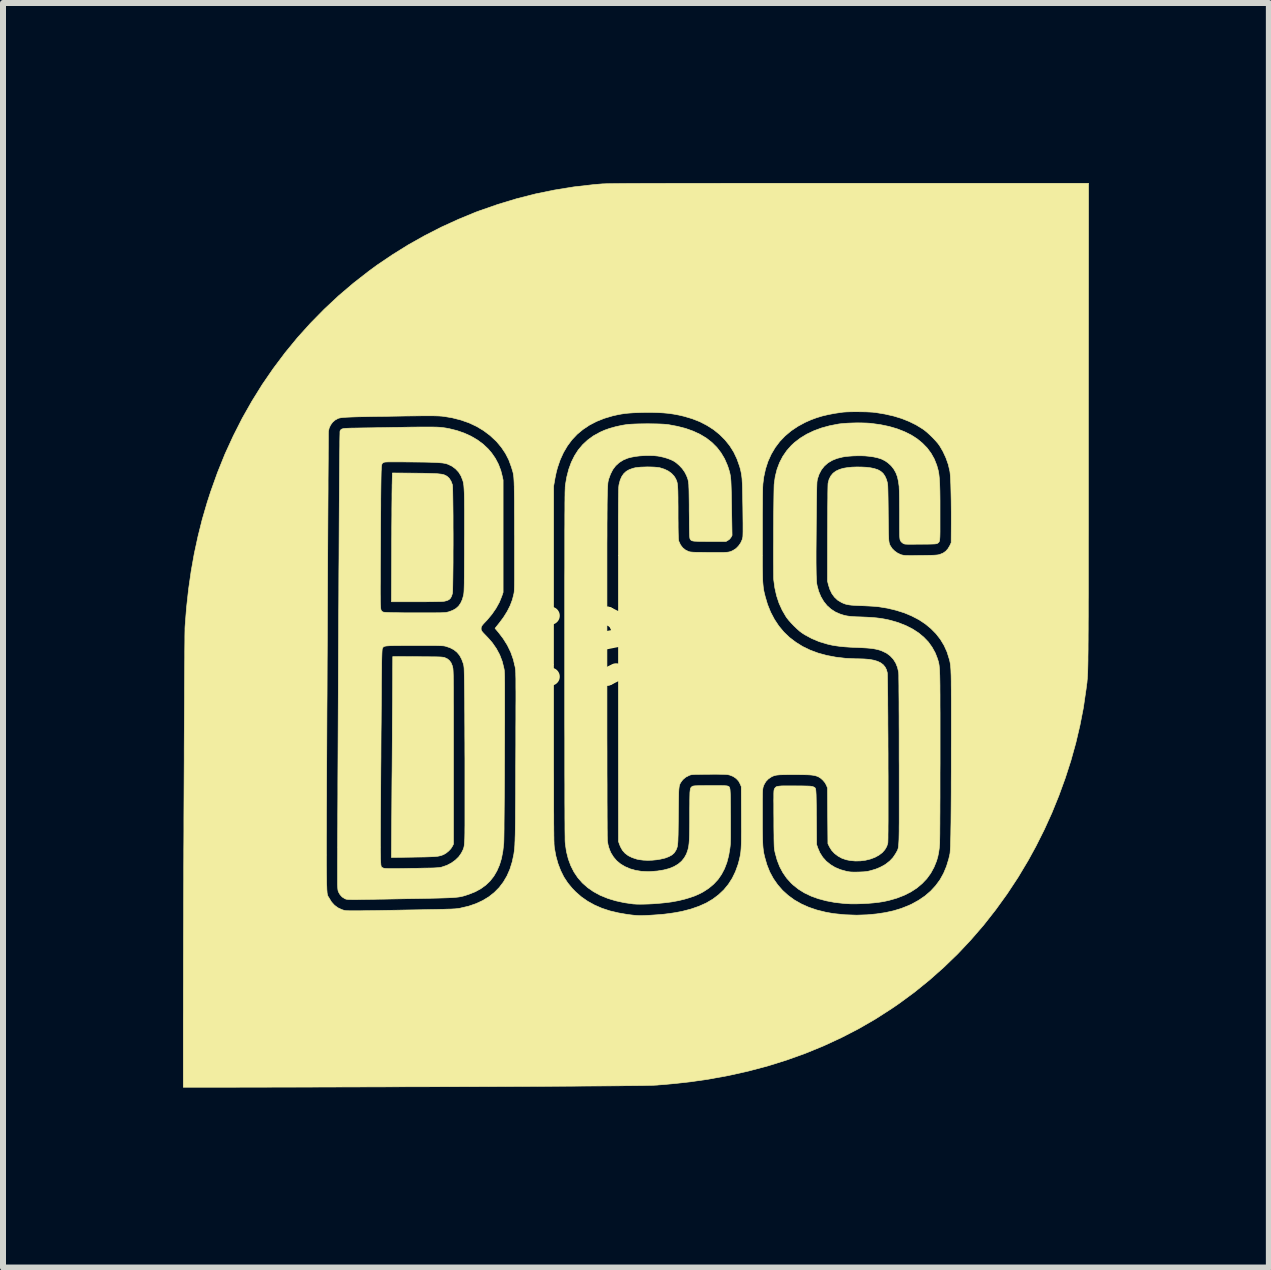
<source format=kicad_pcb>
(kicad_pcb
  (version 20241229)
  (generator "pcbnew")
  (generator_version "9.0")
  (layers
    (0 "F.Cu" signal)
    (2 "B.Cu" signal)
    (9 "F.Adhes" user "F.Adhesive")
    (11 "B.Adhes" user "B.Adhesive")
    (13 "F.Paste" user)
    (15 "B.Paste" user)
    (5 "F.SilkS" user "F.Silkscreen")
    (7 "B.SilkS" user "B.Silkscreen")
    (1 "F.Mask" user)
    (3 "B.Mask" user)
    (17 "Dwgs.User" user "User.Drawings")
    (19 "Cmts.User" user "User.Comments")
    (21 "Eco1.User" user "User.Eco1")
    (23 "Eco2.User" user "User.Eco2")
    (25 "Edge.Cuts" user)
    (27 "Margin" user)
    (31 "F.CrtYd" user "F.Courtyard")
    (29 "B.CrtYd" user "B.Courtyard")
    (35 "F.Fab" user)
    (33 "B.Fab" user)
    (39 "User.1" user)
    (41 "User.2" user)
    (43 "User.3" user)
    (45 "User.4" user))
  (footprint "test"
    (layer "F.Cu")
    (at 7.545 7.538)
    (property "Reference" "test" (at 0 0 0) (layer "F.SilkS") (effects (font (size 1.524 1.524) (thickness 0.3))))
    (attr through_hole)
    (fp_poly (pts (xy -3.713 -2.702) (xy -3.615 -2.701) (xy -3.53 -2.7) (xy -3.457 -2.698) (xy -3.396 -2.696) (xy -3.344 -2.694) (xy -3.301 -2.692) (xy -3.266 -2.688) (xy -3.238 -2.685) (xy -3.215 -2.68) (xy -3.196 -2.675) (xy -3.192 -2.674) (xy -3.146 -2.651) (xy -3.108 -2.616) (xy -3.078 -2.569) (xy -3.056 -2.511) (xy -3.054 -2.504) (xy -3.053 -2.49) (xy -3.051 -2.463) (xy -3.05 -2.423) (xy -3.049 -2.372) (xy -3.048 -2.312) (xy -3.047 -2.242) (xy -3.046 -2.165) (xy -3.045 -2.08) (xy -3.044 -1.991) (xy -3.044 -1.897) (xy -3.044 -1.799) (xy -3.043 -1.699) (xy -3.043 -1.599) (xy -3.043 -1.498) (xy -3.044 -1.398) (xy -3.044 -1.301) (xy -3.044 -1.207) (xy -3.045 -1.118) (xy -3.046 -1.034) (xy -3.047 -0.957) (xy -3.048 -0.888) (xy -3.049 -0.828) (xy -3.05 -0.778) (xy -3.051 -0.739) (xy -3.053 -0.713) (xy -3.054 -0.7) (xy -3.068 -0.654) (xy -3.086 -0.619) (xy -3.112 -0.594) (xy -3.146 -0.578) (xy -3.191 -0.567) (xy -3.193 -0.567) (xy -3.211 -0.565) (xy -3.243 -0.563) (xy -3.288 -0.562) (xy -3.344 -0.561) (xy -3.411 -0.56) (xy -3.488 -0.559) (xy -3.574 -0.559) (xy -3.656 -0.559) (xy -4.071 -0.559) (xy -4.067 -1.45) (xy -4.067 -1.566) (xy -4.066 -1.681) (xy -4.066 -1.794) (xy -4.065 -1.903) (xy -4.064 -2.007) (xy -4.064 -2.105) (xy -4.063 -2.196) (xy -4.062 -2.279) (xy -4.062 -2.353) (xy -4.061 -2.416) (xy -4.06 -2.468) (xy -4.06 -2.506) (xy -4.059 -2.523) (xy -4.055 -2.705) (xy -3.713 -2.702)) (stroke (width 0.01) (type solid)) (fill yes) (layer "F.SilkS"))
    (fp_poly (pts (xy -3.634 0.357) (xy -3.545 0.358) (xy -3.47 0.358) (xy -3.406 0.359) (xy -3.354 0.359) (xy -3.311 0.36) (xy -3.277 0.361) (xy -3.25 0.362) (xy -3.229 0.364) (xy -3.213 0.366) (xy -3.2 0.368) (xy -3.19 0.37) (xy -3.182 0.373) (xy -3.139 0.393) (xy -3.105 0.421) (xy -3.078 0.457) (xy -3.058 0.505) (xy -3.05 0.534) (xy -3.049 0.54) (xy -3.047 0.548) (xy -3.046 0.557) (xy -3.045 0.568) (xy -3.044 0.583) (xy -3.043 0.6) (xy -3.042 0.622) (xy -3.041 0.649) (xy -3.04 0.68) (xy -3.04 0.718) (xy -3.039 0.762) (xy -3.039 0.814) (xy -3.038 0.873) (xy -3.038 0.941) (xy -3.038 1.017) (xy -3.038 1.103) (xy -3.037 1.2) (xy -3.037 1.307) (xy -3.037 1.425) (xy -3.037 1.556) (xy -3.037 1.699) (xy -3.037 1.856) (xy -3.037 2.026) (xy -3.037 3.48) (xy -3.055 3.516) (xy -3.081 3.557) (xy -3.118 3.596) (xy -3.16 3.63) (xy -3.195 3.651) (xy -3.215 3.66) (xy -3.233 3.667) (xy -3.253 3.673) (xy -3.274 3.678) (xy -3.299 3.683) (xy -3.329 3.686) (xy -3.365 3.689) (xy -3.408 3.691) (xy -3.46 3.693) (xy -3.522 3.695) (xy -3.596 3.696) (xy -3.682 3.697) (xy -3.707 3.698) (xy -4.071 3.703) (xy -4.071 3.682) (xy -4.07 3.556) (xy -4.069 3.424) (xy -4.068 3.287) (xy -4.067 3.146) (xy -4.066 3.001) (xy -4.065 2.854) (xy -4.064 2.705) (xy -4.063 2.554) (xy -4.062 2.404) (xy -4.06 2.254) (xy -4.059 2.106) (xy -4.058 1.96) (xy -4.057 1.816) (xy -4.056 1.677) (xy -4.056 1.542) (xy -4.055 1.413) (xy -4.054 1.289) (xy -4.053 1.173) (xy -4.052 1.065) (xy -4.052 0.965) (xy -4.051 0.874) (xy -4.051 0.794) (xy -4.05 0.724) (xy -4.05 0.667) (xy -4.05 0.622) (xy -4.05 0.59) (xy -4.05 0.582) (xy -4.049 0.355) (xy -3.634 0.357)) (stroke (width 0.01) (type solid)) (fill yes) (layer "F.SilkS"))
    (fp_poly (pts (xy 0.273 -3.524) (xy 0.344 -3.523) (xy 0.41 -3.521) (xy 0.468 -3.518) (xy 0.517 -3.514) (xy 0.548 -3.51) (xy 0.697 -3.482) (xy 0.835 -3.446) (xy 0.961 -3.401) (xy 1.076 -3.347) (xy 1.18 -3.284) (xy 1.272 -3.212) (xy 1.353 -3.131) (xy 1.422 -3.041) (xy 1.481 -2.942) (xy 1.528 -2.834) (xy 1.541 -2.797) (xy 1.55 -2.769) (xy 1.558 -2.743) (xy 1.565 -2.718) (xy 1.571 -2.693) (xy 1.576 -2.667) (xy 1.58 -2.638) (xy 1.584 -2.605) (xy 1.587 -2.566) (xy 1.589 -2.521) (xy 1.591 -2.468) (xy 1.593 -2.407) (xy 1.595 -2.334) (xy 1.596 -2.25) (xy 1.598 -2.154) (xy 1.598 -2.13) (xy 1.606 -1.665) (xy 1.59 -1.635) (xy 1.566 -1.603) (xy 1.54 -1.584) (xy 1.506 -1.564) (xy 1.234 -1.564) (xy 1.16 -1.564) (xy 1.099 -1.565) (xy 1.05 -1.565) (xy 1.011 -1.567) (xy 0.981 -1.568) (xy 0.958 -1.571) (xy 0.942 -1.575) (xy 0.93 -1.58) (xy 0.921 -1.586) (xy 0.914 -1.594) (xy 0.909 -1.601) (xy 0.907 -1.606) (xy 0.904 -1.613) (xy 0.902 -1.622) (xy 0.901 -1.635) (xy 0.899 -1.653) (xy 0.898 -1.678) (xy 0.897 -1.709) (xy 0.896 -1.749) (xy 0.895 -1.798) (xy 0.894 -1.857) (xy 0.894 -1.928) (xy 0.893 -2.012) (xy 0.892 -2.079) (xy 0.892 -2.174) (xy 0.891 -2.256) (xy 0.89 -2.325) (xy 0.889 -2.384) (xy 0.888 -2.434) (xy 0.886 -2.475) (xy 0.885 -2.509) (xy 0.882 -2.537) (xy 0.879 -2.56) (xy 0.875 -2.58) (xy 0.871 -2.598) (xy 0.865 -2.615) (xy 0.859 -2.633) (xy 0.851 -2.652) (xy 0.847 -2.663) (xy 0.817 -2.721) (xy 0.776 -2.779) (xy 0.726 -2.832) (xy 0.671 -2.879) (xy 0.636 -2.902) (xy 0.59 -2.925) (xy 0.533 -2.947) (xy 0.47 -2.966) (xy 0.404 -2.981) (xy 0.37 -2.987) (xy 0.303 -2.994) (xy 0.228 -2.996) (xy 0.149 -2.995) (xy 0.07 -2.99) (xy -0.005 -2.981) (xy -0.073 -2.968) (xy -0.131 -2.953) (xy -0.208 -2.921) (xy -0.276 -2.878) (xy -0.334 -2.825) (xy -0.382 -2.761) (xy -0.42 -2.686) (xy -0.434 -2.648) (xy -0.438 -2.637) (xy -0.441 -2.627) (xy -0.445 -2.618) (xy -0.448 -2.61) (xy -0.451 -2.601) (xy -0.453 -2.592) (xy -0.456 -2.582) (xy -0.458 -2.571) (xy -0.461 -2.558) (xy -0.463 -2.543) (xy -0.465 -2.525) (xy -0.466 -2.504) (xy -0.468 -2.48) (xy -0.469 -2.452) (xy -0.471 -2.419) (xy -0.472 -2.382) (xy -0.473 -2.339) (xy -0.474 -2.291) (xy -0.475 -2.237) (xy -0.476 -2.177) (xy -0.476 -2.109) (xy -0.477 -2.034) (xy -0.477 -1.952) (xy -0.478 -1.861) (xy -0.478 -1.762) (xy -0.478 -1.653) (xy -0.479 -1.535) (xy -0.479 -1.407) (xy -0.479 -1.269) (xy -0.479 -1.121) (xy -0.479 -0.961) (xy -0.479 -0.789) (xy -0.479 -0.605) (xy -0.479 -0.409) (xy -0.479 -0.2) (xy -0.479 0.022) (xy -0.479 0.258) (xy -0.479 0.457) (xy -0.479 0.735) (xy -0.479 1.001) (xy -0.479 1.253) (xy -0.479 1.492) (xy -0.479 1.717) (xy -0.478 1.928) (xy -0.478 2.126) (xy -0.478 2.31) (xy -0.477 2.48) (xy -0.477 2.636) (xy -0.477 2.778) (xy -0.476 2.906) (xy -0.476 3.021) (xy -0.475 3.121) (xy -0.475 3.207) (xy -0.474 3.278) (xy -0.474 3.336) (xy -0.473 3.379) (xy -0.472 3.408) (xy -0.472 3.422) (xy -0.472 3.422) (xy -0.462 3.485) (xy -0.448 3.539) (xy -0.429 3.59) (xy -0.413 3.627) (xy -0.37 3.696) (xy -0.317 3.758) (xy -0.252 3.812) (xy -0.178 3.856) (xy -0.095 3.892) (xy -0.004 3.918) (xy 0.094 3.934) (xy 0.198 3.939) (xy 0.246 3.938) (xy 0.363 3.929) (xy 0.466 3.912) (xy 0.558 3.888) (xy 0.639 3.855) (xy 0.707 3.815) (xy 0.765 3.766) (xy 0.811 3.709) (xy 0.847 3.644) (xy 0.87 3.577) (xy 0.876 3.553) (xy 0.882 3.527) (xy 0.886 3.498) (xy 0.89 3.465) (xy 0.893 3.426) (xy 0.895 3.381) (xy 0.897 3.328) (xy 0.898 3.266) (xy 0.899 3.194) (xy 0.9 3.11) (xy 0.9 3.013) (xy 0.9 2.98) (xy 0.9 2.89) (xy 0.901 2.814) (xy 0.901 2.75) (xy 0.902 2.697) (xy 0.903 2.654) (xy 0.904 2.619) (xy 0.907 2.592) (xy 0.91 2.571) (xy 0.913 2.556) (xy 0.918 2.545) (xy 0.923 2.536) (xy 0.93 2.529) (xy 0.938 2.523) (xy 0.939 2.523) (xy 0.944 2.519) (xy 0.951 2.515) (xy 0.96 2.513) (xy 0.973 2.511) (xy 0.991 2.509) (xy 1.017 2.508) (xy 1.05 2.507) (xy 1.093 2.507) (xy 1.148 2.506) (xy 1.216 2.505) (xy 1.227 2.505) (xy 1.309 2.505) (xy 1.379 2.505) (xy 1.436 2.506) (xy 1.479 2.507) (xy 1.509 2.509) (xy 1.524 2.511) (xy 1.535 2.514) (xy 1.544 2.517) (xy 1.552 2.521) (xy 1.558 2.527) (xy 1.564 2.537) (xy 1.568 2.55) (xy 1.572 2.57) (xy 1.574 2.595) (xy 1.576 2.628) (xy 1.578 2.67) (xy 1.579 2.721) (xy 1.579 2.783) (xy 1.58 2.857) (xy 1.58 2.943) (xy 1.581 3.008) (xy 1.581 3.103) (xy 1.581 3.185) (xy 1.581 3.254) (xy 1.581 3.314) (xy 1.581 3.364) (xy 1.58 3.406) (xy 1.579 3.441) (xy 1.578 3.471) (xy 1.576 3.497) (xy 1.574 3.52) (xy 1.571 3.542) (xy 1.571 3.545) (xy 1.55 3.671) (xy 1.52 3.786) (xy 1.48 3.891) (xy 1.43 3.986) (xy 1.371 4.071) (xy 1.3 4.147) (xy 1.219 4.215) (xy 1.127 4.275) (xy 1.069 4.306) (xy 0.995 4.339) (xy 0.909 4.37) (xy 0.815 4.398) (xy 0.716 4.422) (xy 0.615 4.441) (xy 0.59 4.445) (xy 0.522 4.454) (xy 0.448 4.462) (xy 0.37 4.469) (xy 0.291 4.475) (xy 0.213 4.479) (xy 0.14 4.481) (xy 0.072 4.482) (xy 0.014 4.481) (xy -0.033 4.478) (xy -0.04 4.478) (xy -0.193 4.456) (xy -0.334 4.425) (xy -0.463 4.386) (xy -0.581 4.338) (xy -0.593 4.333) (xy -0.703 4.273) (xy -0.801 4.205) (xy -0.888 4.128) (xy -0.964 4.041) (xy -1.028 3.946) (xy -1.081 3.841) (xy -1.123 3.728) (xy -1.154 3.605) (xy -1.173 3.473) (xy -1.175 3.451) (xy -1.176 3.435) (xy -1.177 3.405) (xy -1.177 3.361) (xy -1.178 3.302) (xy -1.179 3.23) (xy -1.179 3.143) (xy -1.18 3.042) (xy -1.18 2.926) (xy -1.181 2.797) (xy -1.181 2.653) (xy -1.181 2.494) (xy -1.182 2.322) (xy -1.182 2.135) (xy -1.182 1.933) (xy -1.182 1.717) (xy -1.183 1.487) (xy -1.183 1.242) (xy -1.183 0.983) (xy -1.183 0.71) (xy -1.183 0.474) (xy -1.183 0.228) (xy -1.183 -0.005) (xy -1.183 -0.223) (xy -1.183 -0.428) (xy -1.183 -0.621) (xy -1.183 -0.801) (xy -1.183 -0.969) (xy -1.182 -1.125) (xy -1.182 -1.271) (xy -1.182 -1.405) (xy -1.182 -1.53) (xy -1.182 -1.644) (xy -1.182 -1.749) (xy -1.181 -1.845) (xy -1.181 -1.933) (xy -1.181 -2.012) (xy -1.18 -2.083) (xy -1.18 -2.147) (xy -1.18 -2.205) (xy -1.179 -2.255) (xy -1.179 -2.3) (xy -1.178 -2.339) (xy -1.178 -2.373) (xy -1.177 -2.402) (xy -1.176 -2.427) (xy -1.175 -2.447) (xy -1.175 -2.464) (xy -1.174 -2.478) (xy -1.173 -2.49) (xy -1.172 -2.499) (xy -1.172 -2.501) (xy -1.148 -2.64) (xy -1.115 -2.768) (xy -1.072 -2.885) (xy -1.019 -2.992) (xy -0.957 -3.089) (xy -0.884 -3.176) (xy -0.8 -3.254) (xy -0.707 -3.322) (xy -0.602 -3.38) (xy -0.599 -3.382) (xy -0.516 -3.419) (xy -0.428 -3.45) (xy -0.333 -3.476) (xy -0.228 -3.499) (xy -0.16 -3.51) (xy -0.122 -3.515) (xy -0.072 -3.518) (xy -0.013 -3.521) (xy 0.054 -3.523) (xy 0.125 -3.524) (xy 0.199 -3.525) (xy 0.273 -3.524)) (stroke (width 0.01) (type solid)) (fill yes) (layer "F.SilkS"))
    (fp_poly (pts (xy 3.772 -3.539) (xy 3.846 -3.537) (xy 3.911 -3.533) (xy 3.926 -3.531) (xy 4.08 -3.51) (xy 4.224 -3.48) (xy 4.357 -3.441) (xy 4.48 -3.393) (xy 4.591 -3.338) (xy 4.691 -3.274) (xy 4.78 -3.201) (xy 4.858 -3.121) (xy 4.923 -3.033) (xy 4.977 -2.937) (xy 5.018 -2.833) (xy 5.041 -2.751) (xy 5.047 -2.723) (xy 5.052 -2.693) (xy 5.056 -2.66) (xy 5.06 -2.622) (xy 5.063 -2.579) (xy 5.066 -2.529) (xy 5.068 -2.472) (xy 5.07 -2.405) (xy 5.071 -2.329) (xy 5.072 -2.242) (xy 5.072 -2.143) (xy 5.072 -2.031) (xy 5.072 -2.014) (xy 5.072 -1.922) (xy 5.072 -1.844) (xy 5.072 -1.777) (xy 5.072 -1.722) (xy 5.071 -1.677) (xy 5.07 -1.641) (xy 5.068 -1.613) (xy 5.066 -1.591) (xy 5.063 -1.574) (xy 5.059 -1.562) (xy 5.054 -1.554) (xy 5.048 -1.547) (xy 5.042 -1.541) (xy 5.034 -1.536) (xy 5.028 -1.532) (xy 5.022 -1.528) (xy 5.012 -1.526) (xy 4.999 -1.524) (xy 4.981 -1.522) (xy 4.955 -1.521) (xy 4.922 -1.52) (xy 4.878 -1.519) (xy 4.823 -1.519) (xy 4.755 -1.518) (xy 4.749 -1.518) (xy 4.68 -1.518) (xy 4.624 -1.517) (xy 4.58 -1.517) (xy 4.545 -1.517) (xy 4.519 -1.518) (xy 4.499 -1.519) (xy 4.485 -1.521) (xy 4.475 -1.523) (xy 4.466 -1.527) (xy 4.459 -1.53) (xy 4.456 -1.532) (xy 4.426 -1.557) (xy 4.412 -1.578) (xy 4.409 -1.585) (xy 4.407 -1.593) (xy 4.404 -1.603) (xy 4.403 -1.616) (xy 4.401 -1.633) (xy 4.4 -1.656) (xy 4.399 -1.685) (xy 4.399 -1.723) (xy 4.398 -1.77) (xy 4.398 -1.828) (xy 4.398 -1.897) (xy 4.398 -1.979) (xy 4.398 -2.003) (xy 4.398 -2.081) (xy 4.397 -2.156) (xy 4.397 -2.228) (xy 4.396 -2.294) (xy 4.395 -2.353) (xy 4.394 -2.404) (xy 4.392 -2.444) (xy 4.391 -2.472) (xy 4.391 -2.479) (xy 4.379 -2.566) (xy 4.362 -2.642) (xy 4.337 -2.708) (xy 4.304 -2.767) (xy 4.263 -2.82) (xy 4.246 -2.837) (xy 4.201 -2.877) (xy 4.152 -2.91) (xy 4.098 -2.937) (xy 4.036 -2.957) (xy 3.965 -2.973) (xy 3.883 -2.984) (xy 3.821 -2.99) (xy 3.761 -2.992) (xy 3.695 -2.992) (xy 3.625 -2.99) (xy 3.556 -2.985) (xy 3.494 -2.979) (xy 3.448 -2.971) (xy 3.356 -2.948) (xy 3.274 -2.915) (xy 3.204 -2.873) (xy 3.144 -2.82) (xy 3.095 -2.758) (xy 3.057 -2.686) (xy 3.032 -2.613) (xy 3.029 -2.603) (xy 3.027 -2.593) (xy 3.025 -2.581) (xy 3.023 -2.567) (xy 3.021 -2.55) (xy 3.02 -2.528) (xy 3.019 -2.501) (xy 3.018 -2.468) (xy 3.017 -2.428) (xy 3.016 -2.38) (xy 3.015 -2.322) (xy 3.014 -2.255) (xy 3.013 -2.176) (xy 3.012 -2.085) (xy 3.011 -1.982) (xy 3.01 -1.92) (xy 3.009 -1.769) (xy 3.008 -1.632) (xy 3.007 -1.508) (xy 3.006 -1.397) (xy 3.006 -1.298) (xy 3.006 -1.21) (xy 3.007 -1.133) (xy 3.008 -1.065) (xy 3.009 -1.008) (xy 3.011 -0.959) (xy 3.013 -0.918) (xy 3.015 -0.884) (xy 3.018 -0.858) (xy 3.022 -0.837) (xy 3.022 -0.835) (xy 3.049 -0.734) (xy 3.086 -0.644) (xy 3.133 -0.564) (xy 3.189 -0.494) (xy 3.254 -0.436) (xy 3.328 -0.388) (xy 3.401 -0.356) (xy 3.436 -0.344) (xy 3.469 -0.334) (xy 3.501 -0.326) (xy 3.536 -0.32) (xy 3.575 -0.315) (xy 3.621 -0.311) (xy 3.676 -0.308) (xy 3.743 -0.306) (xy 3.77 -0.305) (xy 3.861 -0.301) (xy 3.941 -0.296) (xy 4.011 -0.29) (xy 4.076 -0.282) (xy 4.137 -0.272) (xy 4.198 -0.26) (xy 4.253 -0.247) (xy 4.384 -0.208) (xy 4.505 -0.16) (xy 4.615 -0.104) (xy 4.714 -0.04) (xy 4.801 0.032) (xy 4.877 0.111) (xy 4.94 0.199) (xy 4.992 0.293) (xy 5.025 0.377) (xy 5.03 0.394) (xy 5.036 0.409) (xy 5.04 0.424) (xy 5.045 0.438) (xy 5.048 0.453) (xy 5.052 0.47) (xy 5.055 0.488) (xy 5.058 0.508) (xy 5.06 0.532) (xy 5.063 0.559) (xy 5.065 0.591) (xy 5.066 0.628) (xy 5.068 0.67) (xy 5.069 0.719) (xy 5.07 0.775) (xy 5.071 0.838) (xy 5.071 0.91) (xy 5.072 0.99) (xy 5.072 1.08) (xy 5.072 1.181) (xy 5.073 1.292) (xy 5.073 1.414) (xy 5.073 1.549) (xy 5.073 1.696) (xy 5.073 1.857) (xy 5.073 1.989) (xy 5.073 2.145) (xy 5.072 2.295) (xy 5.072 2.44) (xy 5.072 2.577) (xy 5.072 2.708) (xy 5.071 2.83) (xy 5.071 2.944) (xy 5.07 3.049) (xy 5.07 3.144) (xy 5.069 3.228) (xy 5.069 3.301) (xy 5.068 3.362) (xy 5.067 3.411) (xy 5.067 3.447) (xy 5.066 3.469) (xy 5.066 3.473) (xy 5.059 3.553) (xy 5.049 3.622) (xy 5.036 3.686) (xy 5.018 3.749) (xy 5.015 3.76) (xy 4.972 3.866) (xy 4.918 3.965) (xy 4.852 4.056) (xy 4.774 4.138) (xy 4.686 4.212) (xy 4.586 4.277) (xy 4.475 4.333) (xy 4.354 4.38) (xy 4.222 4.418) (xy 4.131 4.438) (xy 4.054 4.45) (xy 3.967 4.46) (xy 3.873 4.468) (xy 3.776 4.473) (xy 3.68 4.476) (xy 3.588 4.476) (xy 3.505 4.472) (xy 3.476 4.47) (xy 3.321 4.453) (xy 3.178 4.426) (xy 3.045 4.391) (xy 2.924 4.347) (xy 2.813 4.294) (xy 2.713 4.232) (xy 2.623 4.16) (xy 2.59 4.129) (xy 2.517 4.048) (xy 2.454 3.957) (xy 2.401 3.858) (xy 2.358 3.748) (xy 2.325 3.628) (xy 2.321 3.61) (xy 2.318 3.595) (xy 2.315 3.581) (xy 2.313 3.565) (xy 2.311 3.548) (xy 2.309 3.527) (xy 2.308 3.502) (xy 2.307 3.471) (xy 2.306 3.433) (xy 2.305 3.387) (xy 2.305 3.332) (xy 2.304 3.267) (xy 2.303 3.189) (xy 2.303 3.1) (xy 2.303 3.059) (xy 2.302 2.964) (xy 2.302 2.882) (xy 2.302 2.813) (xy 2.301 2.755) (xy 2.302 2.707) (xy 2.302 2.668) (xy 2.302 2.637) (xy 2.303 2.614) (xy 2.304 2.596) (xy 2.306 2.582) (xy 2.308 2.573) (xy 2.31 2.566) (xy 2.312 2.56) (xy 2.315 2.556) (xy 2.323 2.544) (xy 2.331 2.535) (xy 2.341 2.527) (xy 2.355 2.521) (xy 2.374 2.517) (xy 2.398 2.514) (xy 2.431 2.511) (xy 2.473 2.51) (xy 2.526 2.51) (xy 2.59 2.51) (xy 2.642 2.51) (xy 2.715 2.511) (xy 2.776 2.511) (xy 2.825 2.512) (xy 2.864 2.513) (xy 2.894 2.514) (xy 2.918 2.516) (xy 2.935 2.519) (xy 2.949 2.522) (xy 2.961 2.526) (xy 2.97 2.53) (xy 2.977 2.534) (xy 2.984 2.538) (xy 2.989 2.543) (xy 2.994 2.551) (xy 2.998 2.562) (xy 3.001 2.577) (xy 3.003 2.598) (xy 3.005 2.626) (xy 3.007 2.661) (xy 3.008 2.705) (xy 3.009 2.758) (xy 3.01 2.823) (xy 3.011 2.9) (xy 3.011 2.989) (xy 3.012 3.03) (xy 3.015 3.487) (xy 3.035 3.545) (xy 3.07 3.626) (xy 3.117 3.7) (xy 3.175 3.765) (xy 3.244 3.821) (xy 3.323 3.869) (xy 3.411 3.906) (xy 3.508 3.933) (xy 3.513 3.934) (xy 3.544 3.94) (xy 3.571 3.944) (xy 3.599 3.946) (xy 3.631 3.947) (xy 3.671 3.947) (xy 3.716 3.946) (xy 3.767 3.944) (xy 3.808 3.942) (xy 3.841 3.938) (xy 3.87 3.934) (xy 3.899 3.927) (xy 3.912 3.924) (xy 3.997 3.899) (xy 4.071 3.869) (xy 4.136 3.835) (xy 4.166 3.816) (xy 4.234 3.763) (xy 4.29 3.704) (xy 4.334 3.638) (xy 4.339 3.629) (xy 4.346 3.617) (xy 4.351 3.607) (xy 4.357 3.597) (xy 4.362 3.588) (xy 4.366 3.578) (xy 4.37 3.567) (xy 4.374 3.554) (xy 4.377 3.539) (xy 4.38 3.521) (xy 4.382 3.5) (xy 4.384 3.474) (xy 4.386 3.444) (xy 4.388 3.408) (xy 4.389 3.366) (xy 4.39 3.318) (xy 4.391 3.262) (xy 4.391 3.198) (xy 4.392 3.125) (xy 4.392 3.044) (xy 4.392 2.952) (xy 4.392 2.85) (xy 4.392 2.737) (xy 4.392 2.613) (xy 4.392 2.476) (xy 4.392 2.326) (xy 4.392 2.163) (xy 4.391 2.068) (xy 4.391 1.91) (xy 4.391 1.759) (xy 4.391 1.614) (xy 4.39 1.477) (xy 4.39 1.348) (xy 4.389 1.227) (xy 4.389 1.116) (xy 4.388 1.014) (xy 4.387 0.922) (xy 4.387 0.842) (xy 4.386 0.773) (xy 4.385 0.716) (xy 4.385 0.671) (xy 4.384 0.64) (xy 4.383 0.622) (xy 4.383 0.619) (xy 4.364 0.536) (xy 4.334 0.462) (xy 4.293 0.397) (xy 4.241 0.342) (xy 4.178 0.296) (xy 4.104 0.261) (xy 4.078 0.251) (xy 4.041 0.24) (xy 4.002 0.231) (xy 3.96 0.223) (xy 3.911 0.217) (xy 3.855 0.212) (xy 3.789 0.208) (xy 3.711 0.204) (xy 3.682 0.203) (xy 3.582 0.199) (xy 3.493 0.193) (xy 3.414 0.186) (xy 3.342 0.176) (xy 3.274 0.165) (xy 3.208 0.15) (xy 3.192 0.146) (xy 3.059 0.106) (xy 2.935 0.054) (xy 2.82 -0.008) (xy 2.772 -0.039) (xy 2.732 -0.069) (xy 2.687 -0.109) (xy 2.64 -0.154) (xy 2.594 -0.202) (xy 2.552 -0.249) (xy 2.517 -0.293) (xy 2.505 -0.311) (xy 2.442 -0.419) (xy 2.389 -0.536) (xy 2.348 -0.66) (xy 2.319 -0.79) (xy 2.301 -0.922) (xy 2.3 -0.942) (xy 2.299 -0.975) (xy 2.299 -1.021) (xy 2.298 -1.077) (xy 2.298 -1.142) (xy 2.297 -1.216) (xy 2.297 -1.297) (xy 2.297 -1.384) (xy 2.297 -1.475) (xy 2.298 -1.569) (xy 2.298 -1.665) (xy 2.298 -1.762) (xy 2.299 -1.859) (xy 2.299 -1.953) (xy 2.3 -2.045) (xy 2.301 -2.132) (xy 2.302 -2.214) (xy 2.303 -2.289) (xy 2.304 -2.356) (xy 2.305 -2.413) (xy 2.306 -2.46) (xy 2.307 -2.495) (xy 2.308 -2.517) (xy 2.308 -2.518) (xy 2.326 -2.645) (xy 2.356 -2.765) (xy 2.398 -2.877) (xy 2.452 -2.981) (xy 2.518 -3.077) (xy 2.595 -3.164) (xy 2.649 -3.214) (xy 2.745 -3.287) (xy 2.852 -3.352) (xy 2.97 -3.408) (xy 3.097 -3.455) (xy 3.233 -3.492) (xy 3.377 -3.52) (xy 3.404 -3.524) (xy 3.464 -3.53) (xy 3.535 -3.535) (xy 3.612 -3.538) (xy 3.693 -3.54) (xy 3.772 -3.539)) (stroke (width 0.01) (type solid)) (fill yes) (layer "F.SilkS"))
    (fp_poly (pts (xy -3.397 -3.471) (xy -3.351 -3.47) (xy -3.311 -3.469) (xy -3.275 -3.467) (xy -3.243 -3.464) (xy -3.214 -3.461) (xy -3.186 -3.457) (xy -3.159 -3.453) (xy -3.13 -3.447) (xy -3.106 -3.443) (xy -2.978 -3.411) (xy -2.857 -3.369) (xy -2.743 -3.317) (xy -2.639 -3.256) (xy -2.544 -3.186) (xy -2.461 -3.108) (xy -2.402 -3.039) (xy -2.339 -2.948) (xy -2.288 -2.851) (xy -2.249 -2.749) (xy -2.227 -2.663) (xy -2.21 -2.587) (xy -2.21 -0.715) (xy -2.231 -0.653) (xy -2.272 -0.551) (xy -2.328 -0.45) (xy -2.397 -0.35) (xy -2.478 -0.253) (xy -2.505 -0.225) (xy -2.534 -0.194) (xy -2.554 -0.171) (xy -2.566 -0.153) (xy -2.573 -0.137) (xy -2.576 -0.122) (xy -2.576 -0.112) (xy -2.576 -0.099) (xy -2.573 -0.086) (xy -2.566 -0.072) (xy -2.555 -0.056) (xy -2.537 -0.036) (xy -2.512 -0.01) (xy -2.479 0.025) (xy -2.473 0.03) (xy -2.392 0.122) (xy -2.323 0.221) (xy -2.267 0.325) (xy -2.225 0.435) (xy -2.196 0.551) (xy -2.195 0.558) (xy -2.192 0.572) (xy -2.19 0.588) (xy -2.189 0.608) (xy -2.187 0.633) (xy -2.186 0.663) (xy -2.185 0.7) (xy -2.185 0.745) (xy -2.184 0.799) (xy -2.184 0.862) (xy -2.184 0.937) (xy -2.184 1.025) (xy -2.184 1.125) (xy -2.184 1.132) (xy -2.184 1.285) (xy -2.184 1.438) (xy -2.185 1.591) (xy -2.185 1.743) (xy -2.186 1.893) (xy -2.186 2.041) (xy -2.187 2.186) (xy -2.187 2.327) (xy -2.188 2.464) (xy -2.189 2.595) (xy -2.19 2.719) (xy -2.191 2.837) (xy -2.192 2.948) (xy -2.193 3.05) (xy -2.194 3.142) (xy -2.194 3.225) (xy -2.195 3.297) (xy -2.196 3.358) (xy -2.197 3.407) (xy -2.198 3.442) (xy -2.199 3.464) (xy -2.199 3.466) (xy -2.214 3.598) (xy -2.237 3.719) (xy -2.27 3.828) (xy -2.313 3.927) (xy -2.365 4.016) (xy -2.427 4.095) (xy -2.499 4.164) (xy -2.582 4.224) (xy -2.675 4.275) (xy -2.779 4.316) (xy -2.803 4.324) (xy -2.827 4.332) (xy -2.848 4.339) (xy -2.869 4.345) (xy -2.889 4.35) (xy -2.91 4.355) (xy -2.932 4.359) (xy -2.957 4.363) (xy -2.985 4.366) (xy -3.018 4.369) (xy -3.055 4.372) (xy -3.099 4.374) (xy -3.15 4.376) (xy -3.209 4.378) (xy -3.277 4.38) (xy -3.355 4.382) (xy -3.443 4.384) (xy -3.543 4.386) (xy -3.656 4.388) (xy -3.783 4.39) (xy -3.785 4.39) (xy -3.892 4.392) (xy -3.998 4.394) (xy -4.1 4.396) (xy -4.198 4.398) (xy -4.291 4.399) (xy -4.377 4.401) (xy -4.455 4.402) (xy -4.525 4.403) (xy -4.584 4.404) (xy -4.632 4.405) (xy -4.667 4.405) (xy -4.684 4.405) (xy -4.732 4.405) (xy -4.767 4.404) (xy -4.793 4.403) (xy -4.812 4.401) (xy -4.827 4.398) (xy -4.841 4.393) (xy -4.851 4.388) (xy -4.893 4.361) (xy -4.928 4.322) (xy -4.951 4.282) (xy -4.958 4.266) (xy -4.962 4.248) (xy -4.965 4.225) (xy -4.967 4.194) (xy -4.969 4.152) (xy -4.969 4.14) (xy -4.969 4.126) (xy -4.969 4.098) (xy -4.969 4.056) (xy -4.969 4.001) (xy -4.969 3.934) (xy -4.969 3.854) (xy -4.969 3.762) (xy -4.968 3.659) (xy -4.968 3.545) (xy -4.968 3.464) (xy -4.255 3.464) (xy -4.255 3.531) (xy -4.255 3.591) (xy -4.254 3.643) (xy -4.253 3.688) (xy -4.253 3.727) (xy -4.251 3.759) (xy -4.25 3.786) (xy -4.248 3.808) (xy -4.247 3.826) (xy -4.244 3.84) (xy -4.242 3.85) (xy -4.239 3.858) (xy -4.236 3.863) (xy -4.233 3.867) (xy -4.23 3.869) (xy -4.226 3.871) (xy -4.221 3.872) (xy -4.217 3.874) (xy -4.213 3.876) (xy -4.208 3.879) (xy -4.201 3.882) (xy -4.191 3.884) (xy -4.179 3.886) (xy -4.162 3.887) (xy -4.14 3.888) (xy -4.111 3.889) (xy -4.076 3.889) (xy -4.032 3.889) (xy -3.979 3.889) (xy -3.916 3.888) (xy -3.842 3.887) (xy -3.755 3.885) (xy -3.656 3.884) (xy -3.607 3.883) (xy -3.529 3.881) (xy -3.464 3.88) (xy -3.411 3.879) (xy -3.367 3.878) (xy -3.332 3.876) (xy -3.304 3.874) (xy -3.282 3.872) (xy -3.264 3.87) (xy -3.248 3.867) (xy -3.233 3.864) (xy -3.227 3.862) (xy -3.145 3.834) (xy -3.071 3.795) (xy -3.006 3.748) (xy -2.95 3.694) (xy -2.906 3.632) (xy -2.886 3.593) (xy -2.88 3.581) (xy -2.875 3.57) (xy -2.871 3.559) (xy -2.867 3.547) (xy -2.863 3.534) (xy -2.86 3.519) (xy -2.857 3.501) (xy -2.855 3.48) (xy -2.853 3.454) (xy -2.851 3.423) (xy -2.849 3.387) (xy -2.848 3.344) (xy -2.847 3.294) (xy -2.847 3.235) (xy -2.846 3.168) (xy -2.846 3.091) (xy -2.846 3.004) (xy -2.846 2.906) (xy -2.846 2.796) (xy -2.846 2.673) (xy -2.846 2.537) (xy -2.846 2.453) (xy -2.846 2.324) (xy -2.846 2.192) (xy -2.846 2.059) (xy -2.847 1.926) (xy -2.847 1.795) (xy -2.848 1.668) (xy -2.848 1.545) (xy -2.849 1.428) (xy -2.849 1.319) (xy -2.85 1.218) (xy -2.85 1.128) (xy -2.851 1.05) (xy -2.852 0.991) (xy -2.853 0.897) (xy -2.854 0.816) (xy -2.855 0.748) (xy -2.856 0.691) (xy -2.857 0.644) (xy -2.858 0.605) (xy -2.859 0.574) (xy -2.86 0.549) (xy -2.862 0.529) (xy -2.864 0.513) (xy -2.866 0.499) (xy -2.869 0.488) (xy -2.872 0.477) (xy -2.873 0.472) (xy -2.901 0.397) (xy -2.935 0.334) (xy -2.978 0.283) (xy -3.03 0.241) (xy -3.093 0.208) (xy -3.155 0.187) (xy -3.166 0.183) (xy -3.177 0.181) (xy -3.189 0.178) (xy -3.203 0.176) (xy -3.22 0.175) (xy -3.241 0.174) (xy -3.267 0.173) (xy -3.3 0.172) (xy -3.341 0.171) (xy -3.391 0.171) (xy -3.45 0.171) (xy -3.521 0.171) (xy -3.604 0.171) (xy -3.687 0.171) (xy -3.785 0.171) (xy -3.87 0.171) (xy -3.942 0.172) (xy -4.003 0.172) (xy -4.053 0.173) (xy -4.095 0.174) (xy -4.128 0.176) (xy -4.154 0.178) (xy -4.173 0.181) (xy -4.188 0.185) (xy -4.198 0.19) (xy -4.206 0.195) (xy -4.212 0.202) (xy -4.216 0.21) (xy -4.221 0.219) (xy -4.221 0.22) (xy -4.223 0.223) (xy -4.224 0.227) (xy -4.225 0.234) (xy -4.226 0.243) (xy -4.227 0.256) (xy -4.228 0.271) (xy -4.229 0.291) (xy -4.23 0.316) (xy -4.231 0.346) (xy -4.232 0.382) (xy -4.233 0.424) (xy -4.234 0.473) (xy -4.234 0.529) (xy -4.235 0.593) (xy -4.236 0.666) (xy -4.237 0.748) (xy -4.238 0.839) (xy -4.238 0.94) (xy -4.239 1.052) (xy -4.24 1.175) (xy -4.241 1.31) (xy -4.242 1.457) (xy -4.244 1.616) (xy -4.245 1.789) (xy -4.246 1.976) (xy -4.246 2.028) (xy -4.248 2.221) (xy -4.249 2.399) (xy -4.25 2.564) (xy -4.251 2.716) (xy -4.252 2.856) (xy -4.253 2.984) (xy -4.254 3.1) (xy -4.254 3.206) (xy -4.255 3.301) (xy -4.255 3.387) (xy -4.255 3.464) (xy -4.968 3.464) (xy -4.968 3.42) (xy -4.967 3.286) (xy -4.966 3.142) (xy -4.966 2.988) (xy -4.965 2.826) (xy -4.964 2.656) (xy -4.964 2.478) (xy -4.963 2.292) (xy -4.962 2.1) (xy -4.961 1.901) (xy -4.96 1.696) (xy -4.959 1.485) (xy -4.958 1.27) (xy -4.957 1.049) (xy -4.956 0.825) (xy -4.955 0.596) (xy -4.954 0.365) (xy -4.954 0.322) (xy -4.952 0.02) (xy -4.951 -0.267) (xy -4.949 -0.54) (xy -4.948 -0.747) (xy -4.257 -0.747) (xy -4.257 -0.684) (xy -4.256 -0.63) (xy -4.256 -0.583) (xy -4.255 -0.543) (xy -4.254 -0.511) (xy -4.252 -0.484) (xy -4.251 -0.462) (xy -4.249 -0.445) (xy -4.247 -0.432) (xy -4.244 -0.422) (xy -4.241 -0.414) (xy -4.238 -0.409) (xy -4.234 -0.405) (xy -4.23 -0.401) (xy -4.226 -0.397) (xy -4.224 -0.396) (xy -4.218 -0.391) (xy -4.211 -0.388) (xy -4.2 -0.385) (xy -4.183 -0.383) (xy -4.16 -0.381) (xy -4.128 -0.38) (xy -4.086 -0.378) (xy -4.031 -0.377) (xy -4.014 -0.377) (xy -3.963 -0.376) (xy -3.901 -0.375) (xy -3.829 -0.374) (xy -3.752 -0.374) (xy -3.672 -0.374) (xy -3.592 -0.374) (xy -3.514 -0.374) (xy -3.498 -0.374) (xy -3.421 -0.374) (xy -3.356 -0.374) (xy -3.303 -0.375) (xy -3.261 -0.375) (xy -3.226 -0.376) (xy -3.199 -0.378) (xy -3.177 -0.379) (xy -3.16 -0.381) (xy -3.145 -0.384) (xy -3.131 -0.387) (xy -3.118 -0.39) (xy -3.052 -0.414) (xy -2.997 -0.445) (xy -2.952 -0.485) (xy -2.917 -0.535) (xy -2.889 -0.596) (xy -2.869 -0.668) (xy -2.867 -0.678) (xy -2.865 -0.69) (xy -2.864 -0.703) (xy -2.862 -0.72) (xy -2.861 -0.74) (xy -2.86 -0.764) (xy -2.859 -0.794) (xy -2.858 -0.83) (xy -2.857 -0.873) (xy -2.857 -0.924) (xy -2.856 -0.983) (xy -2.856 -1.053) (xy -2.855 -1.132) (xy -2.855 -1.224) (xy -2.854 -1.327) (xy -2.854 -1.443) (xy -2.854 -1.546) (xy -2.853 -1.683) (xy -2.853 -1.806) (xy -2.853 -1.916) (xy -2.853 -2.015) (xy -2.853 -2.102) (xy -2.854 -2.178) (xy -2.854 -2.245) (xy -2.855 -2.304) (xy -2.856 -2.354) (xy -2.858 -2.397) (xy -2.86 -2.434) (xy -2.862 -2.465) (xy -2.864 -2.492) (xy -2.867 -2.515) (xy -2.87 -2.535) (xy -2.874 -2.552) (xy -2.878 -2.569) (xy -2.882 -2.581) (xy -2.911 -2.655) (xy -2.951 -2.72) (xy -3.002 -2.774) (xy -3.061 -2.818) (xy -3.13 -2.851) (xy -3.168 -2.863) (xy -3.19 -2.867) (xy -3.221 -2.872) (xy -3.259 -2.875) (xy -3.308 -2.879) (xy -3.366 -2.881) (xy -3.435 -2.884) (xy -3.516 -2.886) (xy -3.609 -2.887) (xy -3.715 -2.888) (xy -3.825 -2.889) (xy -3.906 -2.89) (xy -3.975 -2.89) (xy -4.031 -2.89) (xy -4.077 -2.89) (xy -4.113 -2.89) (xy -4.141 -2.889) (xy -4.162 -2.888) (xy -4.177 -2.887) (xy -4.188 -2.885) (xy -4.196 -2.882) (xy -4.201 -2.88) (xy -4.204 -2.878) (xy -4.209 -2.875) (xy -4.214 -2.872) (xy -4.219 -2.869) (xy -4.222 -2.866) (xy -4.226 -2.86) (xy -4.229 -2.853) (xy -4.232 -2.843) (xy -4.235 -2.83) (xy -4.237 -2.812) (xy -4.239 -2.79) (xy -4.24 -2.762) (xy -4.242 -2.728) (xy -4.243 -2.688) (xy -4.244 -2.64) (xy -4.245 -2.584) (xy -4.246 -2.519) (xy -4.247 -2.445) (xy -4.248 -2.361) (xy -4.249 -2.266) (xy -4.249 -2.16) (xy -4.25 -2.042) (xy -4.251 -1.912) (xy -4.252 -1.767) (xy -4.252 -1.64) (xy -4.253 -1.484) (xy -4.254 -1.343) (xy -4.255 -1.214) (xy -4.256 -1.099) (xy -4.256 -0.995) (xy -4.256 -0.902) (xy -4.257 -0.82) (xy -4.257 -0.747) (xy -4.948 -0.747) (xy -4.948 -0.799) (xy -4.947 -1.044) (xy -4.945 -1.276) (xy -4.944 -1.495) (xy -4.943 -1.701) (xy -4.942 -1.894) (xy -4.941 -2.074) (xy -4.94 -2.241) (xy -4.939 -2.397) (xy -4.938 -2.54) (xy -4.937 -2.672) (xy -4.936 -2.792) (xy -4.935 -2.901) (xy -4.934 -2.998) (xy -4.933 -3.085) (xy -4.932 -3.16) (xy -4.932 -3.225) (xy -4.931 -3.28) (xy -4.93 -3.325) (xy -4.929 -3.359) (xy -4.929 -3.384) (xy -4.928 -3.399) (xy -4.927 -3.405) (xy -4.919 -3.419) (xy -4.909 -3.43) (xy -4.895 -3.438) (xy -4.874 -3.444) (xy -4.845 -3.448) (xy -4.806 -3.45) (xy -4.756 -3.452) (xy -4.728 -3.453) (xy -4.698 -3.453) (xy -4.655 -3.454) (xy -4.6 -3.455) (xy -4.535 -3.456) (xy -4.461 -3.457) (xy -4.379 -3.458) (xy -4.292 -3.46) (xy -4.2 -3.461) (xy -4.105 -3.463) (xy -4.009 -3.465) (xy -3.973 -3.465) (xy -3.856 -3.467) (xy -3.752 -3.469) (xy -3.661 -3.47) (xy -3.581 -3.471) (xy -3.511 -3.471) (xy -3.45 -3.471) (xy -3.397 -3.471)) (stroke (width 0.01) (type solid)) (fill yes) (layer "F.SilkS"))
    (fp_poly (pts (xy 7.545 -3.485) (xy 7.545 -3.194) (xy 7.545 -2.917) (xy 7.545 -2.653) (xy 7.545 -2.403) (xy 7.545 -2.166) (xy 7.545 -1.942) (xy 7.545 -1.73) (xy 7.544 -1.53) (xy 7.544 -1.341) (xy 7.544 -1.164) (xy 7.544 -0.997) (xy 7.544 -0.841) (xy 7.544 -0.694) (xy 7.543 -0.558) (xy 7.543 -0.43) (xy 7.543 -0.312) (xy 7.542 -0.202) (xy 7.542 -0.1) (xy 7.541 -0.006) (xy 7.541 0.08) (xy 7.54 0.16) (xy 7.54 0.233) (xy 7.539 0.299) (xy 7.538 0.36) (xy 7.538 0.415) (xy 7.537 0.465) (xy 7.536 0.511) (xy 7.535 0.551) (xy 7.534 0.588) (xy 7.533 0.621) (xy 7.531 0.651) (xy 7.53 0.678) (xy 7.528 0.702) (xy 7.527 0.725) (xy 7.525 0.745) (xy 7.523 0.764) (xy 7.522 0.782) (xy 7.52 0.799) (xy 7.517 0.816) (xy 7.515 0.833) (xy 7.513 0.851) (xy 7.51 0.869) (xy 7.508 0.889) (xy 7.505 0.91) (xy 7.503 0.922) (xy 7.461 1.211) (xy 7.404 1.502) (xy 7.335 1.796) (xy 7.253 2.09) (xy 7.159 2.382) (xy 7.053 2.673) (xy 6.937 2.959) (xy 6.809 3.241) (xy 6.671 3.516) (xy 6.544 3.748) (xy 6.373 4.034) (xy 6.191 4.31) (xy 5.999 4.576) (xy 5.798 4.832) (xy 5.586 5.077) (xy 5.366 5.311) (xy 5.135 5.534) (xy 4.896 5.746) (xy 4.647 5.948) (xy 4.39 6.137) (xy 4.263 6.224) (xy 3.992 6.398) (xy 3.713 6.559) (xy 3.426 6.707) (xy 3.132 6.843) (xy 2.83 6.967) (xy 2.521 7.078) (xy 2.205 7.177) (xy 1.881 7.263) (xy 1.55 7.337) (xy 1.211 7.399) (xy 0.914 7.442) (xy 0.844 7.45) (xy 0.762 7.459) (xy 0.672 7.469) (xy 0.577 7.478) (xy 0.481 7.487) (xy 0.386 7.494) (xy 0.359 7.497) (xy 0.335 7.498) (xy 0.299 7.5) (xy 0.252 7.501) (xy 0.194 7.502) (xy 0.123 7.504) (xy 0.041 7.505) (xy -0.053 7.506) (xy -0.159 7.507) (xy -0.278 7.509) (xy -0.408 7.51) (xy -0.552 7.511) (xy -0.708 7.512) (xy -0.876 7.513) (xy -1.058 7.515) (xy -1.253 7.516) (xy -1.461 7.517) (xy -1.682 7.518) (xy -1.917 7.519) (xy -2.165 7.52) (xy -2.427 7.521) (xy -2.703 7.522) (xy -2.993 7.523) (xy -3.297 7.524) (xy -3.616 7.525) (xy -3.835 7.525) (xy -4.038 7.526) (xy -4.239 7.527) (xy -4.439 7.527) (xy -4.636 7.528) (xy -4.83 7.528) (xy -5.02 7.529) (xy -5.206 7.529) (xy -5.387 7.53) (xy -5.562 7.53) (xy -5.731 7.531) (xy -5.893 7.531) (xy -6.048 7.531) (xy -6.194 7.532) (xy -6.331 7.532) (xy -6.46 7.532) (xy -6.577 7.532) (xy -6.685 7.533) (xy -6.781 7.533) (xy -6.864 7.533) (xy -6.936 7.533) (xy -6.994 7.533) (xy -7.034 7.533) (xy -7.54 7.533) (xy -7.54 6.784) (xy -7.54 6.665) (xy -7.54 6.537) (xy -7.54 6.401) (xy -7.539 6.256) (xy -7.539 6.104) (xy -7.539 5.944) (xy -7.538 5.778) (xy -7.538 5.606) (xy -7.538 5.428) (xy -7.537 5.245) (xy -7.537 5.058) (xy -7.536 4.867) (xy -7.535 4.672) (xy -7.535 4.475) (xy -7.534 4.275) (xy -7.533 4.073) (xy -7.533 3.871) (xy -7.532 3.667) (xy -7.532 3.571) (xy -5.155 3.571) (xy -5.155 3.663) (xy -5.155 3.748) (xy -5.155 3.825) (xy -5.154 3.895) (xy -5.154 3.959) (xy -5.153 4.015) (xy -5.152 4.066) (xy -5.152 4.111) (xy -5.151 4.151) (xy -5.149 4.186) (xy -5.148 4.217) (xy -5.147 4.243) (xy -5.145 4.265) (xy -5.144 4.284) (xy -5.142 4.3) (xy -5.14 4.313) (xy -5.138 4.324) (xy -5.135 4.333) (xy -5.133 4.34) (xy -5.13 4.346) (xy -5.128 4.351) (xy -5.125 4.356) (xy -5.122 4.36) (xy -5.118 4.365) (xy -5.115 4.37) (xy -5.111 4.377) (xy -5.109 4.381) (xy -5.07 4.445) (xy -5.021 4.499) (xy -4.963 4.542) (xy -4.896 4.573) (xy -4.873 4.58) (xy -4.865 4.583) (xy -4.856 4.585) (xy -4.847 4.587) (xy -4.836 4.588) (xy -4.823 4.59) (xy -4.807 4.591) (xy -4.787 4.591) (xy -4.762 4.592) (xy -4.732 4.592) (xy -4.696 4.592) (xy -4.652 4.592) (xy -4.602 4.592) (xy -4.542 4.591) (xy -4.474 4.59) (xy -4.395 4.589) (xy -4.306 4.588) (xy -4.206 4.586) (xy -4.093 4.584) (xy -3.967 4.582) (xy -3.832 4.579) (xy -3.705 4.577) (xy -3.592 4.575) (xy -3.491 4.573) (xy -3.402 4.571) (xy -3.325 4.57) (xy -3.257 4.568) (xy -3.199 4.567) (xy -3.149 4.565) (xy -3.107 4.564) (xy -3.071 4.563) (xy -3.041 4.561) (xy -3.016 4.56) (xy -2.995 4.558) (xy -2.977 4.556) (xy -2.961 4.554) (xy -2.947 4.552) (xy -2.933 4.55) (xy -2.919 4.547) (xy -2.916 4.546) (xy -2.783 4.515) (xy -2.661 4.473) (xy -2.549 4.421) (xy -2.447 4.359) (xy -2.356 4.287) (xy -2.275 4.205) (xy -2.205 4.113) (xy -2.145 4.011) (xy -2.096 3.899) (xy -2.058 3.777) (xy -2.03 3.646) (xy -2.029 3.636) (xy -2.026 3.616) (xy -2.023 3.596) (xy -2.021 3.574) (xy -2.018 3.55) (xy -2.016 3.523) (xy -2.014 3.493) (xy -2.013 3.459) (xy -2.011 3.42) (xy -2.01 3.375) (xy -2.008 3.325) (xy -2.007 3.268) (xy -2.006 3.204) (xy -2.005 3.132) (xy -2.004 3.051) (xy -2.004 2.962) (xy -2.003 2.862) (xy -2.002 2.752) (xy -2.001 2.63) (xy -2.001 2.497) (xy -2 2.351) (xy -2 2.193) (xy -1.999 2.02) (xy -1.999 1.985) (xy -1.998 1.819) (xy -1.998 1.667) (xy -1.998 1.529) (xy -1.997 1.403) (xy -1.997 1.288) (xy -1.997 1.186) (xy -1.996 1.093) (xy -1.996 1.011) (xy -1.996 0.938) (xy -1.997 0.874) (xy -1.997 0.818) (xy -1.997 0.769) (xy -1.997 0.727) (xy -1.998 0.691) (xy -1.999 0.66) (xy -1.999 0.635) (xy -2 0.613) (xy -2.001 0.595) (xy -2.002 0.58) (xy -2.004 0.567) (xy -2.005 0.556) (xy -2.007 0.545) (xy -2.008 0.535) (xy -2.009 0.53) (xy -2.039 0.404) (xy -2.082 0.282) (xy -2.139 0.165) (xy -2.21 0.052) (xy -2.285 -0.046) (xy -2.344 -0.116) (xy -2.278 -0.198) (xy -2.203 -0.298) (xy -2.141 -0.397) (xy -2.092 -0.494) (xy -2.055 -0.592) (xy -2.03 -0.691) (xy -2.029 -0.697) (xy -2.027 -0.708) (xy -2.025 -0.72) (xy -2.024 -0.735) (xy -2.023 -0.753) (xy -2.022 -0.776) (xy -2.021 -0.803) (xy -2.02 -0.836) (xy -2.02 -0.876) (xy -2.019 -0.923) (xy -2.019 -0.979) (xy -2.019 -1.043) (xy -2.019 -1.117) (xy -2.019 -1.201) (xy -2.019 -1.297) (xy -2.019 -1.404) (xy -2.019 -1.525) (xy -2.019 -1.659) (xy -2.02 -1.681) (xy -2.02 -1.818) (xy -2.02 -1.942) (xy -2.021 -2.053) (xy -2.021 -2.152) (xy -2.021 -2.239) (xy -2.022 -2.317) (xy -2.023 -2.385) (xy -2.024 -2.444) (xy -2.024 -2.486) (xy -1.368 -2.486) (xy -1.368 0.486) (xy -1.368 0.734) (xy -1.368 0.968) (xy -1.368 1.188) (xy -1.368 1.394) (xy -1.368 1.588) (xy -1.368 1.77) (xy -1.368 1.94) (xy -1.368 2.098) (xy -1.368 2.245) (xy -1.367 2.381) (xy -1.367 2.507) (xy -1.367 2.623) (xy -1.367 2.73) (xy -1.367 2.828) (xy -1.367 2.917) (xy -1.366 2.998) (xy -1.366 3.071) (xy -1.366 3.137) (xy -1.365 3.197) (xy -1.365 3.249) (xy -1.364 3.296) (xy -1.364 3.337) (xy -1.363 3.373) (xy -1.363 3.405) (xy -1.362 3.432) (xy -1.361 3.455) (xy -1.361 3.475) (xy -1.36 3.491) (xy -1.359 3.505) (xy -1.358 3.517) (xy -1.357 3.527) (xy -1.356 3.536) (xy -1.355 3.544) (xy -1.355 3.545) (xy -1.33 3.681) (xy -1.295 3.806) (xy -1.251 3.921) (xy -1.198 4.028) (xy -1.133 4.127) (xy -1.058 4.218) (xy -1.002 4.276) (xy -0.906 4.36) (xy -0.801 4.433) (xy -0.687 4.496) (xy -0.563 4.55) (xy -0.429 4.594) (xy -0.284 4.628) (xy -0.145 4.652) (xy -0.084 4.66) (xy -0.033 4.666) (xy 0.012 4.67) (xy 0.055 4.672) (xy 0.1 4.672) (xy 0.149 4.671) (xy 0.207 4.668) (xy 0.247 4.666) (xy 0.364 4.658) (xy 0.47 4.649) (xy 0.567 4.637) (xy 0.66 4.623) (xy 0.75 4.606) (xy 0.779 4.6) (xy 0.922 4.563) (xy 1.054 4.517) (xy 1.175 4.463) (xy 1.284 4.399) (xy 1.382 4.325) (xy 1.469 4.243) (xy 1.544 4.152) (xy 1.609 4.051) (xy 1.663 3.94) (xy 1.706 3.821) (xy 1.72 3.77) (xy 1.728 3.738) (xy 1.735 3.708) (xy 1.741 3.68) (xy 1.746 3.651) (xy 1.751 3.621) (xy 1.754 3.589) (xy 1.757 3.552) (xy 1.759 3.511) (xy 1.761 3.463) (xy 1.762 3.408) (xy 1.762 3.344) (xy 1.763 3.27) (xy 1.762 3.185) (xy 1.762 3.087) (xy 1.762 3.022) (xy 1.76 2.522) (xy 1.743 2.481) (xy 1.715 2.429) (xy 1.675 2.387) (xy 1.626 2.353) (xy 1.567 2.33) (xy 1.531 2.322) (xy 1.508 2.32) (xy 1.471 2.318) (xy 1.421 2.317) (xy 1.358 2.316) (xy 1.283 2.316) (xy 1.208 2.317) (xy 1.137 2.317) (xy 1.08 2.318) (xy 1.033 2.319) (xy 0.997 2.319) (xy 0.968 2.321) (xy 0.947 2.322) (xy 0.93 2.324) (xy 0.917 2.327) (xy 0.906 2.33) (xy 0.895 2.334) (xy 0.891 2.336) (xy 0.834 2.365) (xy 0.788 2.404) (xy 0.764 2.434) (xy 0.755 2.448) (xy 0.747 2.46) (xy 0.74 2.473) (xy 0.734 2.487) (xy 0.729 2.503) (xy 0.725 2.522) (xy 0.722 2.546) (xy 0.719 2.575) (xy 0.717 2.612) (xy 0.716 2.656) (xy 0.715 2.709) (xy 0.714 2.773) (xy 0.713 2.848) (xy 0.712 2.936) (xy 0.711 3.008) (xy 0.71 3.106) (xy 0.709 3.19) (xy 0.708 3.262) (xy 0.707 3.323) (xy 0.705 3.374) (xy 0.704 3.417) (xy 0.702 3.452) (xy 0.699 3.48) (xy 0.696 3.504) (xy 0.693 3.523) (xy 0.688 3.54) (xy 0.683 3.555) (xy 0.677 3.569) (xy 0.67 3.584) (xy 0.668 3.587) (xy 0.642 3.627) (xy 0.604 3.661) (xy 0.553 3.689) (xy 0.49 3.713) (xy 0.413 3.731) (xy 0.346 3.742) (xy 0.273 3.749) (xy 0.199 3.751) (xy 0.127 3.748) (xy 0.063 3.74) (xy 0.019 3.731) (xy -0.059 3.705) (xy -0.124 3.673) (xy -0.178 3.632) (xy -0.221 3.583) (xy -0.254 3.524) (xy -0.27 3.484) (xy -0.287 3.436) (xy -0.289 0.495) (xy -0.289 0.249) (xy -0.289 0.017) (xy -0.289 -0.201) (xy -0.289 -0.406) (xy -0.289 -0.599) (xy -0.289 -0.778) (xy -0.289 -0.946) (xy -0.289 -1.103) (xy -0.289 -1.248) (xy -0.289 -1.383) (xy -0.289 -1.507) (xy -0.289 -1.621) (xy -0.289 -1.726) (xy -0.289 -1.822) (xy -0.289 -1.91) (xy -0.289 -1.989) (xy -0.288 -2.061) (xy -0.288 -2.126) (xy -0.288 -2.183) (xy -0.287 -2.234) (xy -0.287 -2.279) (xy -0.286 -2.319) (xy -0.286 -2.353) (xy -0.285 -2.383) (xy -0.285 -2.409) (xy -0.284 -2.43) (xy -0.283 -2.448) (xy -0.283 -2.463) (xy -0.282 -2.476) (xy -0.281 -2.486) (xy -0.28 -2.495) (xy -0.279 -2.502) (xy -0.278 -2.508) (xy -0.277 -2.514) (xy -0.258 -2.586) (xy -0.232 -2.645) (xy -0.199 -2.693) (xy -0.157 -2.732) (xy -0.106 -2.761) (xy -0.043 -2.783) (xy -0.007 -2.792) (xy 0.031 -2.797) (xy 0.079 -2.802) (xy 0.134 -2.804) (xy 0.192 -2.806) (xy 0.251 -2.805) (xy 0.306 -2.803) (xy 0.355 -2.799) (xy 0.394 -2.794) (xy 0.406 -2.791) (xy 0.479 -2.768) (xy 0.543 -2.737) (xy 0.597 -2.698) (xy 0.639 -2.653) (xy 0.663 -2.615) (xy 0.671 -2.599) (xy 0.678 -2.583) (xy 0.684 -2.568) (xy 0.689 -2.551) (xy 0.693 -2.532) (xy 0.696 -2.509) (xy 0.699 -2.481) (xy 0.701 -2.447) (xy 0.703 -2.405) (xy 0.704 -2.355) (xy 0.705 -2.295) (xy 0.705 -2.225) (xy 0.706 -2.142) (xy 0.706 -2.046) (xy 0.706 -2.045) (xy 0.706 -1.952) (xy 0.707 -1.873) (xy 0.707 -1.806) (xy 0.708 -1.75) (xy 0.709 -1.704) (xy 0.71 -1.667) (xy 0.711 -1.637) (xy 0.712 -1.614) (xy 0.714 -1.596) (xy 0.715 -1.583) (xy 0.718 -1.572) (xy 0.72 -1.564) (xy 0.747 -1.506) (xy 0.784 -1.458) (xy 0.83 -1.421) (xy 0.882 -1.396) (xy 0.892 -1.393) (xy 0.904 -1.39) (xy 0.919 -1.388) (xy 0.939 -1.386) (xy 0.965 -1.384) (xy 0.998 -1.383) (xy 1.041 -1.382) (xy 1.093 -1.382) (xy 1.158 -1.381) (xy 1.222 -1.38) (xy 1.299 -1.38) (xy 1.364 -1.38) (xy 1.418 -1.38) (xy 1.461 -1.38) (xy 1.496 -1.382) (xy 1.525 -1.384) (xy 1.548 -1.387) (xy 1.567 -1.391) (xy 1.584 -1.396) (xy 1.6 -1.403) (xy 1.617 -1.411) (xy 1.626 -1.416) (xy 1.653 -1.433) (xy 2.112 -1.433) (xy 2.112 -1.331) (xy 2.112 -1.241) (xy 2.112 -1.161) (xy 2.113 -1.091) (xy 2.114 -1.03) (xy 2.115 -0.977) (xy 2.116 -0.93) (xy 2.118 -0.89) (xy 2.121 -0.855) (xy 2.124 -0.823) (xy 2.127 -0.795) (xy 2.131 -0.769) (xy 2.135 -0.744) (xy 2.14 -0.72) (xy 2.146 -0.695) (xy 2.153 -0.668) (xy 2.156 -0.653) (xy 2.197 -0.514) (xy 2.249 -0.385) (xy 2.312 -0.265) (xy 2.385 -0.155) (xy 2.469 -0.054) (xy 2.563 0.036) (xy 2.668 0.116) (xy 2.782 0.187) (xy 2.906 0.247) (xy 3.04 0.297) (xy 3.184 0.336) (xy 3.337 0.365) (xy 3.499 0.384) (xy 3.671 0.392) (xy 3.708 0.392) (xy 3.808 0.395) (xy 3.895 0.402) (xy 3.97 0.416) (xy 4.033 0.435) (xy 4.084 0.46) (xy 4.126 0.492) (xy 4.157 0.53) (xy 4.18 0.575) (xy 4.193 0.624) (xy 4.194 0.636) (xy 4.195 0.662) (xy 4.196 0.701) (xy 4.197 0.751) (xy 4.198 0.813) (xy 4.199 0.885) (xy 4.2 0.966) (xy 4.201 1.055) (xy 4.201 1.152) (xy 4.202 1.255) (xy 4.203 1.364) (xy 4.203 1.479) (xy 4.204 1.597) (xy 4.205 1.718) (xy 4.205 1.842) (xy 4.206 1.967) (xy 4.206 2.092) (xy 4.206 2.217) (xy 4.207 2.341) (xy 4.207 2.463) (xy 4.207 2.582) (xy 4.207 2.697) (xy 4.207 2.807) (xy 4.207 2.912) (xy 4.207 3.011) (xy 4.207 3.102) (xy 4.206 3.184) (xy 4.206 3.258) (xy 4.205 3.322) (xy 4.205 3.375) (xy 4.204 3.416) (xy 4.203 3.445) (xy 4.202 3.46) (xy 4.202 3.462) (xy 4.184 3.52) (xy 4.153 3.573) (xy 4.11 3.622) (xy 4.053 3.665) (xy 3.987 3.701) (xy 3.912 3.729) (xy 3.831 3.749) (xy 3.746 3.76) (xy 3.66 3.762) (xy 3.575 3.754) (xy 3.509 3.741) (xy 3.437 3.716) (xy 3.372 3.68) (xy 3.314 3.636) (xy 3.266 3.584) (xy 3.231 3.528) (xy 3.204 3.473) (xy 3.2 3.008) (xy 3.197 2.544) (xy 3.179 2.5) (xy 3.157 2.459) (xy 3.124 2.419) (xy 3.086 2.384) (xy 3.046 2.359) (xy 3.032 2.353) (xy 3.01 2.345) (xy 2.988 2.339) (xy 2.963 2.334) (xy 2.935 2.33) (xy 2.901 2.327) (xy 2.86 2.325) (xy 2.81 2.324) (xy 2.75 2.323) (xy 2.678 2.322) (xy 2.638 2.322) (xy 2.562 2.322) (xy 2.5 2.323) (xy 2.449 2.324) (xy 2.407 2.325) (xy 2.373 2.328) (xy 2.346 2.331) (xy 2.323 2.336) (xy 2.303 2.342) (xy 2.284 2.349) (xy 2.265 2.358) (xy 2.262 2.36) (xy 2.211 2.394) (xy 2.169 2.438) (xy 2.138 2.492) (xy 2.126 2.524) (xy 2.123 2.534) (xy 2.121 2.545) (xy 2.119 2.557) (xy 2.117 2.572) (xy 2.115 2.592) (xy 2.114 2.616) (xy 2.113 2.647) (xy 2.113 2.685) (xy 2.112 2.732) (xy 2.112 2.79) (xy 2.112 2.858) (xy 2.112 2.939) (xy 2.112 3.016) (xy 2.112 3.118) (xy 2.112 3.207) (xy 2.113 3.284) (xy 2.114 3.35) (xy 2.115 3.407) (xy 2.117 3.457) (xy 2.119 3.5) (xy 2.122 3.538) (xy 2.126 3.572) (xy 2.13 3.603) (xy 2.135 3.633) (xy 2.142 3.663) (xy 2.149 3.694) (xy 2.186 3.823) (xy 2.234 3.944) (xy 2.294 4.055) (xy 2.366 4.158) (xy 2.448 4.252) (xy 2.541 4.336) (xy 2.645 4.412) (xy 2.759 4.477) (xy 2.884 4.533) (xy 3.019 4.579) (xy 3.164 4.615) (xy 3.291 4.638) (xy 3.486 4.658) (xy 3.682 4.665) (xy 3.857 4.659) (xy 4.015 4.644) (xy 4.162 4.622) (xy 4.298 4.592) (xy 4.426 4.553) (xy 4.545 4.506) (xy 4.598 4.482) (xy 4.716 4.417) (xy 4.823 4.344) (xy 4.917 4.263) (xy 5 4.173) (xy 5.072 4.075) (xy 5.132 3.967) (xy 5.181 3.85) (xy 5.219 3.724) (xy 5.237 3.646) (xy 5.24 3.627) (xy 5.242 3.6) (xy 5.244 3.563) (xy 5.247 3.516) (xy 5.248 3.46) (xy 5.25 3.393) (xy 5.252 3.316) (xy 5.253 3.228) (xy 5.255 3.128) (xy 5.256 3.017) (xy 5.257 2.894) (xy 5.258 2.759) (xy 5.259 2.611) (xy 5.259 2.45) (xy 5.26 2.276) (xy 5.26 2.088) (xy 5.26 1.887) (xy 5.261 1.713) (xy 5.261 1.56) (xy 5.261 1.42) (xy 5.261 1.294) (xy 5.261 1.18) (xy 5.261 1.078) (xy 5.26 0.986) (xy 5.26 0.905) (xy 5.259 0.833) (xy 5.259 0.769) (xy 5.258 0.714) (xy 5.257 0.665) (xy 5.255 0.624) (xy 5.254 0.587) (xy 5.252 0.556) (xy 5.25 0.529) (xy 5.248 0.505) (xy 5.245 0.484) (xy 5.242 0.465) (xy 5.239 0.448) (xy 5.235 0.43) (xy 5.231 0.413) (xy 5.226 0.395) (xy 5.225 0.392) (xy 5.189 0.277) (xy 5.14 0.169) (xy 5.079 0.068) (xy 5.006 -0.026) (xy 4.921 -0.112) (xy 4.826 -0.19) (xy 4.72 -0.26) (xy 4.603 -0.321) (xy 4.477 -0.374) (xy 4.34 -0.417) (xy 4.195 -0.452) (xy 4.047 -0.476) (xy 4.014 -0.479) (xy 3.971 -0.483) (xy 3.919 -0.486) (xy 3.863 -0.489) (xy 3.805 -0.492) (xy 3.766 -0.493) (xy 3.698 -0.496) (xy 3.642 -0.499) (xy 3.596 -0.502) (xy 3.557 -0.507) (xy 3.525 -0.513) (xy 3.496 -0.52) (xy 3.469 -0.53) (xy 3.441 -0.542) (xy 3.427 -0.549) (xy 3.366 -0.586) (xy 3.314 -0.635) (xy 3.27 -0.695) (xy 3.236 -0.766) (xy 3.213 -0.838) (xy 3.197 -0.904) (xy 3.198 -1.701) (xy 3.199 -1.817) (xy 3.199 -1.927) (xy 3.2 -2.031) (xy 3.2 -2.127) (xy 3.201 -2.215) (xy 3.202 -2.295) (xy 3.202 -2.364) (xy 3.203 -2.423) (xy 3.204 -2.471) (xy 3.205 -2.506) (xy 3.206 -2.528) (xy 3.207 -2.536) (xy 3.224 -2.6) (xy 3.252 -2.655) (xy 3.289 -2.7) (xy 3.337 -2.736) (xy 3.397 -2.764) (xy 3.461 -2.783) (xy 3.528 -2.794) (xy 3.603 -2.802) (xy 3.684 -2.805) (xy 3.765 -2.804) (xy 3.844 -2.8) (xy 3.916 -2.791) (xy 3.974 -2.779) (xy 4.034 -2.76) (xy 4.083 -2.733) (xy 4.122 -2.699) (xy 4.153 -2.655) (xy 4.178 -2.6) (xy 4.189 -2.563) (xy 4.192 -2.551) (xy 4.195 -2.539) (xy 4.197 -2.526) (xy 4.199 -2.51) (xy 4.201 -2.491) (xy 4.202 -2.467) (xy 4.203 -2.436) (xy 4.204 -2.399) (xy 4.205 -2.353) (xy 4.206 -2.297) (xy 4.207 -2.231) (xy 4.208 -2.153) (xy 4.209 -2.061) (xy 4.209 -2.039) (xy 4.21 -1.943) (xy 4.211 -1.86) (xy 4.212 -1.789) (xy 4.213 -1.73) (xy 4.214 -1.68) (xy 4.216 -1.639) (xy 4.217 -1.606) (xy 4.219 -1.579) (xy 4.222 -1.557) (xy 4.225 -1.54) (xy 4.229 -1.526) (xy 4.233 -1.514) (xy 4.238 -1.502) (xy 4.244 -1.491) (xy 4.275 -1.444) (xy 4.317 -1.403) (xy 4.367 -1.368) (xy 4.422 -1.343) (xy 4.437 -1.339) (xy 4.451 -1.336) (xy 4.465 -1.333) (xy 4.482 -1.331) (xy 4.504 -1.329) (xy 4.531 -1.329) (xy 4.566 -1.328) (xy 4.609 -1.328) (xy 4.664 -1.329) (xy 4.731 -1.33) (xy 4.755 -1.33) (xy 4.826 -1.331) (xy 4.884 -1.332) (xy 4.931 -1.333) (xy 4.968 -1.334) (xy 4.998 -1.336) (xy 5.02 -1.338) (xy 5.038 -1.34) (xy 5.053 -1.343) (xy 5.066 -1.347) (xy 5.07 -1.348) (xy 5.124 -1.37) (xy 5.168 -1.401) (xy 5.204 -1.441) (xy 5.235 -1.493) (xy 5.238 -1.499) (xy 5.258 -1.542) (xy 5.26 -1.854) (xy 5.26 -1.957) (xy 5.26 -2.058) (xy 5.259 -2.158) (xy 5.258 -2.254) (xy 5.256 -2.346) (xy 5.254 -2.431) (xy 5.252 -2.51) (xy 5.249 -2.579) (xy 5.246 -2.639) (xy 5.242 -2.687) (xy 5.238 -2.723) (xy 5.236 -2.736) (xy 5.21 -2.847) (xy 5.171 -2.957) (xy 5.122 -3.063) (xy 5.067 -3.157) (xy 5.038 -3.197) (xy 4.999 -3.242) (xy 4.954 -3.29) (xy 4.906 -3.337) (xy 4.858 -3.381) (xy 4.813 -3.418) (xy 4.785 -3.438) (xy 4.676 -3.505) (xy 4.559 -3.563) (xy 4.434 -3.613) (xy 4.3 -3.654) (xy 4.155 -3.687) (xy 3.999 -3.713) (xy 3.995 -3.713) (xy 3.953 -3.718) (xy 3.9 -3.721) (xy 3.838 -3.724) (xy 3.772 -3.725) (xy 3.703 -3.726) (xy 3.636 -3.726) (xy 3.572 -3.725) (xy 3.514 -3.723) (xy 3.466 -3.72) (xy 3.44 -3.717) (xy 3.318 -3.699) (xy 3.208 -3.678) (xy 3.107 -3.654) (xy 3.012 -3.625) (xy 2.92 -3.591) (xy 2.83 -3.551) (xy 2.823 -3.548) (xy 2.701 -3.482) (xy 2.59 -3.407) (xy 2.49 -3.323) (xy 2.401 -3.23) (xy 2.324 -3.128) (xy 2.259 -3.018) (xy 2.205 -2.899) (xy 2.164 -2.773) (xy 2.135 -2.64) (xy 2.12 -2.522) (xy 2.119 -2.5) (xy 2.117 -2.465) (xy 2.116 -2.417) (xy 2.115 -2.356) (xy 2.114 -2.284) (xy 2.114 -2.202) (xy 2.113 -2.109) (xy 2.112 -2.008) (xy 2.112 -1.898) (xy 2.112 -1.781) (xy 2.112 -1.676) (xy 2.112 -1.548) (xy 2.112 -1.433) (xy 1.653 -1.433) (xy 1.673 -1.446) (xy 1.714 -1.488) (xy 1.749 -1.537) (xy 1.774 -1.591) (xy 1.785 -1.633) (xy 1.787 -1.65) (xy 1.788 -1.682) (xy 1.789 -1.727) (xy 1.789 -1.787) (xy 1.789 -1.86) (xy 1.788 -1.946) (xy 1.787 -2.045) (xy 1.786 -2.134) (xy 1.784 -2.234) (xy 1.783 -2.321) (xy 1.781 -2.397) (xy 1.78 -2.462) (xy 1.778 -2.517) (xy 1.775 -2.565) (xy 1.773 -2.606) (xy 1.769 -2.642) (xy 1.765 -2.674) (xy 1.76 -2.703) (xy 1.754 -2.731) (xy 1.748 -2.759) (xy 1.74 -2.788) (xy 1.731 -2.819) (xy 1.688 -2.94) (xy 1.634 -3.054) (xy 1.567 -3.16) (xy 1.489 -3.257) (xy 1.4 -3.346) (xy 1.3 -3.427) (xy 1.19 -3.497) (xy 1.071 -3.559) (xy 0.941 -3.61) (xy 0.806 -3.65) (xy 0.72 -3.67) (xy 0.635 -3.686) (xy 0.548 -3.699) (xy 0.457 -3.707) (xy 0.359 -3.712) (xy 0.253 -3.715) (xy 0.134 -3.714) (xy 0.125 -3.714) (xy 0.035 -3.711) (xy -0.043 -3.708) (xy -0.112 -3.703) (xy -0.176 -3.697) (xy -0.236 -3.688) (xy -0.296 -3.677) (xy -0.358 -3.663) (xy -0.385 -3.657) (xy -0.523 -3.616) (xy -0.651 -3.565) (xy -0.769 -3.504) (xy -0.877 -3.432) (xy -0.975 -3.351) (xy -1.062 -3.259) (xy -1.138 -3.157) (xy -1.204 -3.045) (xy -1.259 -2.924) (xy -1.304 -2.793) (xy -1.317 -2.743) (xy -1.326 -2.708) (xy -1.335 -2.664) (xy -1.345 -2.617) (xy -1.351 -2.58) (xy -1.368 -2.486) (xy -2.024 -2.486) (xy -2.025 -2.495) (xy -2.026 -2.539) (xy -2.028 -2.578) (xy -2.03 -2.61) (xy -2.032 -2.639) (xy -2.035 -2.663) (xy -2.039 -2.685) (xy -2.042 -2.705) (xy -2.047 -2.723) (xy -2.052 -2.742) (xy -2.058 -2.76) (xy -2.064 -2.78) (xy -2.071 -2.803) (xy -2.073 -2.809) (xy -2.115 -2.924) (xy -2.17 -3.031) (xy -2.237 -3.131) (xy -2.316 -3.226) (xy -2.329 -3.239) (xy -2.428 -3.331) (xy -2.536 -3.412) (xy -2.653 -3.482) (xy -2.779 -3.541) (xy -2.914 -3.588) (xy -3.059 -3.625) (xy -3.19 -3.647) (xy -3.209 -3.649) (xy -3.228 -3.652) (xy -3.249 -3.653) (xy -3.272 -3.655) (xy -3.299 -3.656) (xy -3.329 -3.657) (xy -3.365 -3.658) (xy -3.406 -3.658) (xy -3.455 -3.658) (xy -3.511 -3.658) (xy -3.575 -3.658) (xy -3.65 -3.657) (xy -3.734 -3.656) (xy -3.831 -3.655) (xy -3.939 -3.653) (xy -4.061 -3.651) (xy -4.108 -3.65) (xy -4.233 -3.648) (xy -4.345 -3.647) (xy -4.445 -3.645) (xy -4.532 -3.643) (xy -4.608 -3.642) (xy -4.674 -3.64) (xy -4.731 -3.638) (xy -4.779 -3.636) (xy -4.82 -3.634) (xy -4.853 -3.632) (xy -4.881 -3.63) (xy -4.904 -3.627) (xy -4.922 -3.624) (xy -4.937 -3.621) (xy -4.949 -3.618) (xy -4.958 -3.615) (xy -5.008 -3.588) (xy -5.051 -3.551) (xy -5.085 -3.505) (xy -5.109 -3.453) (xy -5.121 -3.398) (xy -5.121 -3.395) (xy -5.121 -3.385) (xy -5.122 -3.361) (xy -5.122 -3.323) (xy -5.122 -3.272) (xy -5.123 -3.208) (xy -5.123 -3.132) (xy -5.124 -3.044) (xy -5.124 -2.945) (xy -5.125 -2.834) (xy -5.126 -2.713) (xy -5.127 -2.581) (xy -5.127 -2.44) (xy -5.128 -2.29) (xy -5.129 -2.13) (xy -5.13 -1.963) (xy -5.131 -1.787) (xy -5.132 -1.603) (xy -5.133 -1.413) (xy -5.134 -1.215) (xy -5.135 -1.012) (xy -5.136 -0.802) (xy -5.137 -0.587) (xy -5.138 -0.367) (xy -5.139 -0.143) (xy -5.14 0.086) (xy -5.141 0.318) (xy -5.142 0.435) (xy -5.143 0.718) (xy -5.144 0.987) (xy -5.146 1.242) (xy -5.147 1.483) (xy -5.148 1.712) (xy -5.149 1.928) (xy -5.15 2.131) (xy -5.151 2.323) (xy -5.152 2.503) (xy -5.152 2.672) (xy -5.153 2.83) (xy -5.154 2.977) (xy -5.154 3.115) (xy -5.154 3.242) (xy -5.155 3.361) (xy -5.155 3.47) (xy -5.155 3.571) (xy -7.532 3.571) (xy -7.531 3.463) (xy -7.53 3.26) (xy -7.53 3.058) (xy -7.529 2.857) (xy -7.528 2.657) (xy -7.527 2.461) (xy -7.526 2.267) (xy -7.525 2.078) (xy -7.525 1.892) (xy -7.524 1.711) (xy -7.523 1.535) (xy -7.522 1.364) (xy -7.521 1.2) (xy -7.52 1.043) (xy -7.52 0.893) (xy -7.519 0.751) (xy -7.518 0.618) (xy -7.517 0.493) (xy -7.516 0.378) (xy -7.516 0.273) (xy -7.515 0.178) (xy -7.514 0.095) (xy -7.514 0.023) (xy -7.513 -0.037) (xy -7.512 -0.084) (xy -7.512 -0.118) (xy -7.511 -0.138) (xy -7.511 -0.142) (xy -7.486 -0.46) (xy -7.452 -0.768) (xy -7.409 -1.068) (xy -7.357 -1.361) (xy -7.295 -1.648) (xy -7.224 -1.932) (xy -7.142 -2.213) (xy -7.083 -2.395) (xy -6.97 -2.711) (xy -6.845 -3.021) (xy -6.707 -3.322) (xy -6.558 -3.616) (xy -6.396 -3.902) (xy -6.224 -4.179) (xy -6.039 -4.448) (xy -5.844 -4.708) (xy -5.638 -4.959) (xy -5.42 -5.201) (xy -5.192 -5.433) (xy -4.954 -5.656) (xy -4.705 -5.868) (xy -4.446 -6.07) (xy -4.311 -6.169) (xy -4.055 -6.342) (xy -3.79 -6.507) (xy -3.516 -6.661) (xy -3.236 -6.804) (xy -2.951 -6.934) (xy -2.665 -7.052) (xy -2.605 -7.074) (xy -2.295 -7.182) (xy -1.984 -7.276) (xy -1.67 -7.356) (xy -1.353 -7.421) (xy -1.032 -7.473) (xy -0.709 -7.51) (xy -0.57 -7.522) (xy -0.558 -7.523) (xy -0.544 -7.524) (xy -0.527 -7.524) (xy -0.507 -7.525) (xy -0.483 -7.526) (xy -0.456 -7.526) (xy -0.425 -7.527) (xy -0.39 -7.527) (xy -0.349 -7.528) (xy -0.304 -7.528) (xy -0.253 -7.529) (xy -0.196 -7.529) (xy -0.132 -7.53) (xy -0.062 -7.53) (xy 0.015 -7.53) (xy 0.099 -7.531) (xy 0.191 -7.531) (xy 0.291 -7.531) (xy 0.399 -7.531) (xy 0.516 -7.532) (xy 0.643 -7.532) (xy 0.778 -7.532) (xy 0.924 -7.532) (xy 1.08 -7.532) (xy 1.246 -7.532) (xy 1.424 -7.533) (xy 1.612 -7.533) (xy 1.813 -7.533) (xy 2.025 -7.533) (xy 2.25 -7.533) (xy 2.487 -7.533) (xy 2.738 -7.533) (xy 3.002 -7.533) (xy 3.279 -7.533) (xy 3.562 -7.533) (xy 7.548 -7.533) (xy 7.545 -3.485)) (stroke (width 0.01) (type solid)) (fill yes) (layer "F.SilkS")))
  (gr_rect
    (start -3 -3)
    (end 18.098 18.076)
    (stroke (width 0.1) (type default))
    (fill no)
    (layer "Edge.Cuts")))
</source>
